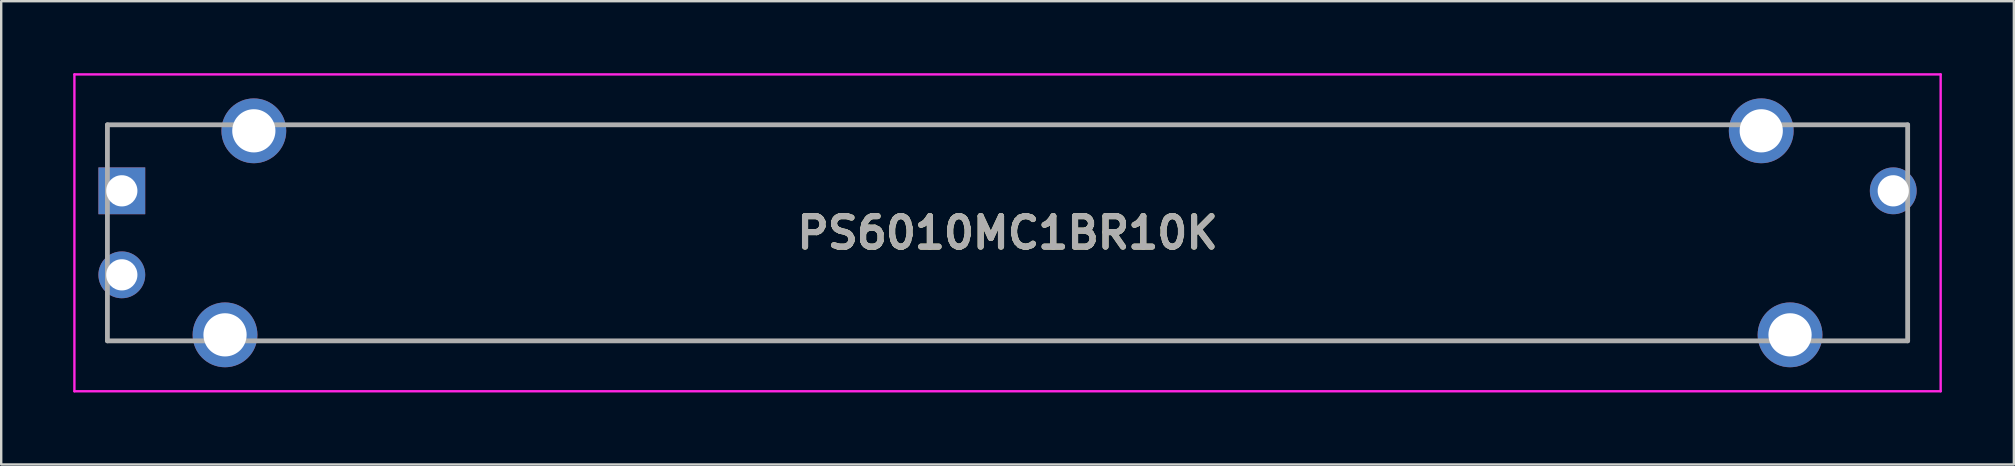
<source format=kicad_pcb>
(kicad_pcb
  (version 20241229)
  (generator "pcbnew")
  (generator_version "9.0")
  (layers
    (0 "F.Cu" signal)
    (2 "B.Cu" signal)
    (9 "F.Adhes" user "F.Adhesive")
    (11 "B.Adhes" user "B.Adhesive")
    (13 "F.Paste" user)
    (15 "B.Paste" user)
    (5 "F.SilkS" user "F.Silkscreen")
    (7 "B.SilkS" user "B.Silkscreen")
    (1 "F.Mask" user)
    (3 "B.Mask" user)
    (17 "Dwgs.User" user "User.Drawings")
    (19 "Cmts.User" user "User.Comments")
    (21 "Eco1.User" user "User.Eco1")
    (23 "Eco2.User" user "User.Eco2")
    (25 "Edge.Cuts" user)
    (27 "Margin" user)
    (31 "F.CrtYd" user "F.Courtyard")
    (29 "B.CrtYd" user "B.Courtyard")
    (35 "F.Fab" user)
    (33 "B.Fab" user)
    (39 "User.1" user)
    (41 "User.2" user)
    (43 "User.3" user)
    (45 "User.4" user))
  (footprint "PS6010MC1BR10K"
    (layer "F.Cu")
    (at 2.025 4.9)
    (property "Reference" "PS6010MC1BR10K" (at 36.9 1.75 0) (layer "F.SilkS") (effects (font (size 1.27 1.27) (thickness 0.254))))
    (attr through_hole)
    (fp_line (start -0.6 -2.75) (end -0.6 -1.25) (stroke (width 0.1) (type solid)) (layer "F.SilkS"))
    (fp_line (start -0.6 4.75) (end -0.6 6.25) (stroke (width 0.1) (type solid)) (layer "F.SilkS"))
    (fp_line (start -0.6 6.25) (end 2.4 6.25) (stroke (width 0.1) (type solid)) (layer "F.SilkS"))
    (fp_line (start 3.4 -2.75) (end -0.6 -2.75) (stroke (width 0.1) (type solid)) (layer "F.SilkS"))
    (fp_line (start 7.4 -2.75) (end 66.4 -2.75) (stroke (width 0.1) (type solid)) (layer "F.SilkS"))
    (fp_line (start 67.6 6.25) (end 6.2 6.25) (stroke (width 0.1) (type solid)) (layer "F.SilkS"))
    (fp_line (start 69.9 -2.75) (end 74.4 -2.75) (stroke (width 0.1) (type solid)) (layer "F.SilkS"))
    (fp_line (start 74.4 -2.75) (end 74.4 -1.25) (stroke (width 0.1) (type solid)) (layer "F.SilkS"))
    (fp_line (start 74.4 1.25) (end 74.4 6.25) (stroke (width 0.1) (type solid)) (layer "F.SilkS"))
    (fp_line (start 74.4 6.25) (end 71.4 6.25) (stroke (width 0.1) (type solid)) (layer "F.SilkS"))
    (fp_line (start -1.975 -4.85) (end 75.775 -4.85) (stroke (width 0.1) (type solid)) (layer "F.CrtYd"))
    (fp_line (start -1.975 8.35) (end -1.975 -4.85) (stroke (width 0.1) (type solid)) (layer "F.CrtYd"))
    (fp_line (start 75.775 -4.85) (end 75.775 8.35) (stroke (width 0.1) (type solid)) (layer "F.CrtYd"))
    (fp_line (start 75.775 8.35) (end -1.975 8.35) (stroke (width 0.1) (type solid)) (layer "F.CrtYd"))
    (fp_line (start -0.6 -2.75) (end 74.4 -2.75) (stroke (width 0.2) (type solid)) (layer "F.Fab"))
    (fp_line (start -0.6 6.25) (end -0.6 -2.75) (stroke (width 0.2) (type solid)) (layer "F.Fab"))
    (fp_line (start 74.4 -2.75) (end 74.4 6.25) (stroke (width 0.2) (type solid)) (layer "F.Fab"))
    (fp_line (start 74.4 6.25) (end -0.6 6.25) (stroke (width 0.2) (type solid)) (layer "F.Fab"))
    (fp_text user "${REFERENCE}" (at 36.9 1.75 0) (layer "F.Fab") (effects (font (size 1.27 1.27) (thickness 0.254))))
    (pad "1" thru_hole rect (at 0 0) (size 1.95 1.95) (drill 1.3) (layers "*.Cu" "*.Mask"))
    (pad "2" thru_hole circle (at 0 3.5) (size 1.95 1.95) (drill 1.3) (layers "*.Cu" "*.Mask"))
    (pad "3" thru_hole circle (at 73.8 0) (size 1.95 1.95) (drill 1.3) (layers "*.Cu" "*.Mask"))
    (pad "4" thru_hole circle (at 4.3 6) (size 2.7 2.7) (drill 1.8) (layers "*.Cu" "*.Mask"))
    (pad "5" thru_hole circle (at 5.5 -2.5) (size 2.7 2.7) (drill 1.8) (layers "*.Cu" "*.Mask"))
    (pad "6" thru_hole circle (at 68.3 -2.5) (size 2.7 2.7) (drill 1.8) (layers "*.Cu" "*.Mask"))
    (pad "7" thru_hole circle (at 69.5 6) (size 2.7 2.7) (drill 1.8) (layers "*.Cu" "*.Mask")))
  (gr_rect
    (start -3 -3)
    (end 80.85 16.3)
    (stroke (width 0.1) (type default))
    (fill no)
    (layer "Edge.Cuts")))
</source>
